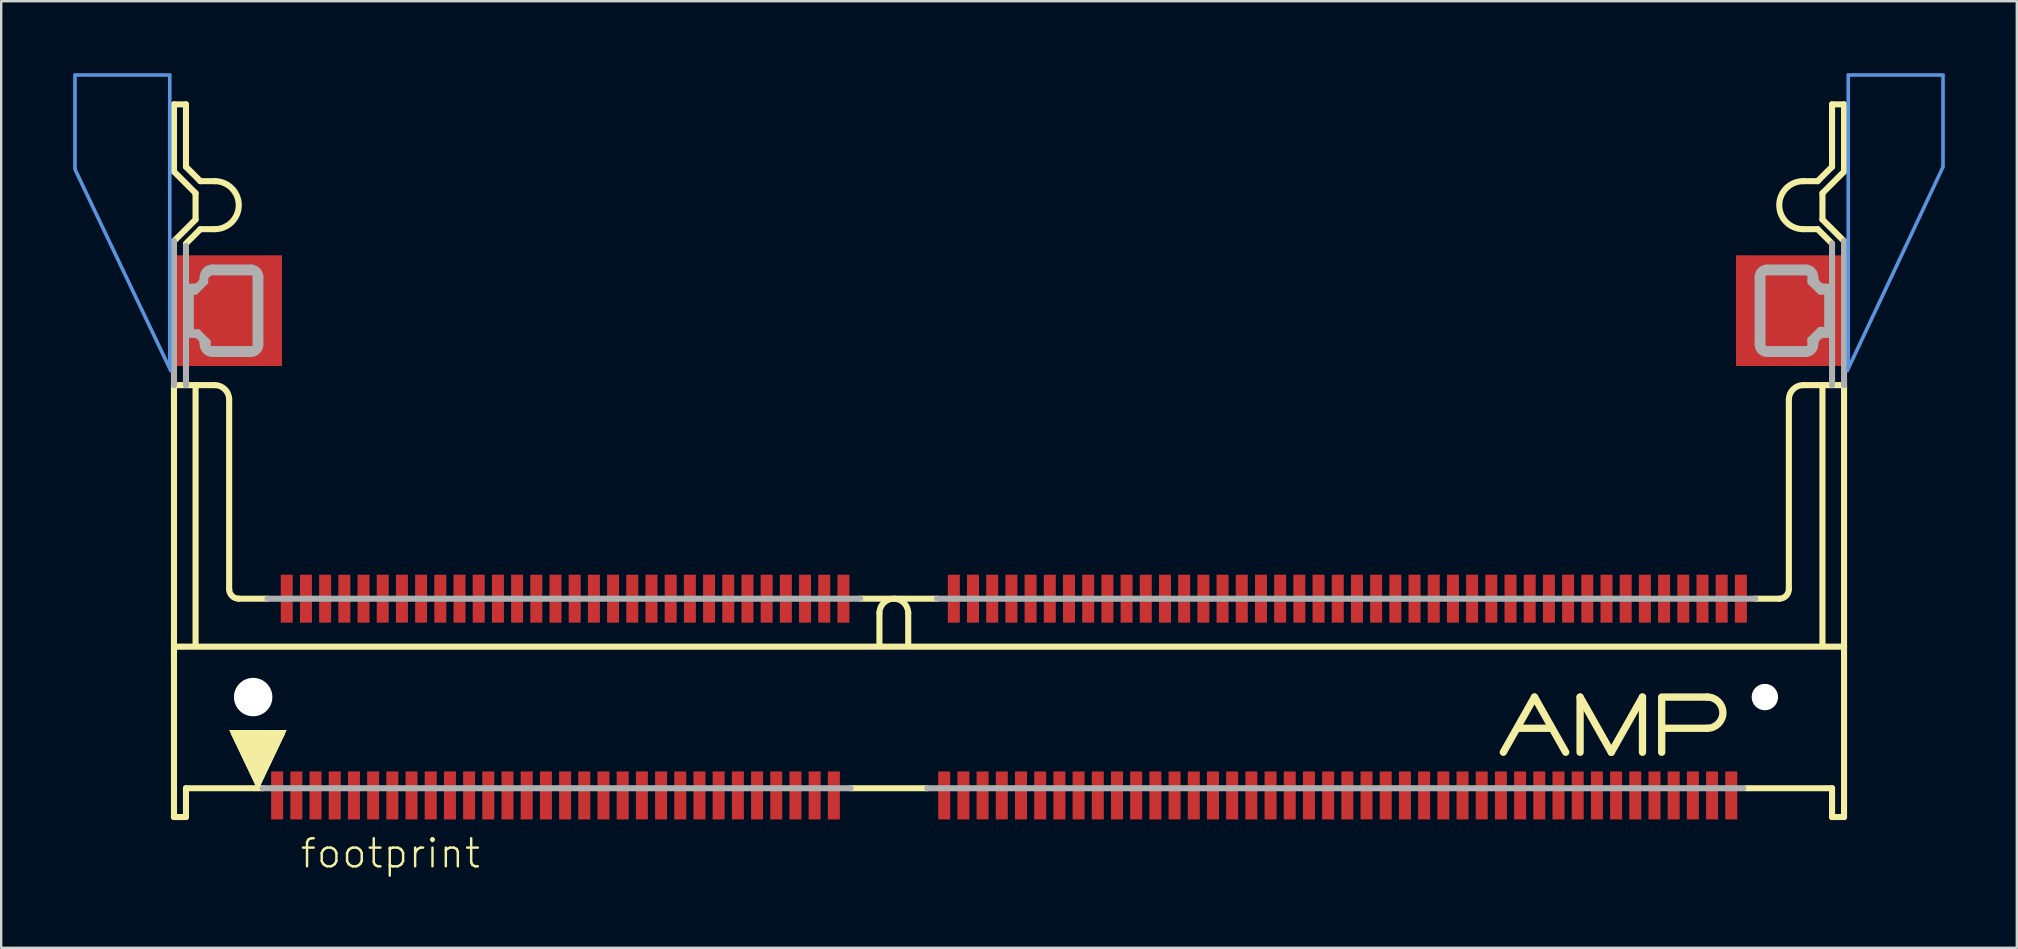
<source format=kicad_pcb>
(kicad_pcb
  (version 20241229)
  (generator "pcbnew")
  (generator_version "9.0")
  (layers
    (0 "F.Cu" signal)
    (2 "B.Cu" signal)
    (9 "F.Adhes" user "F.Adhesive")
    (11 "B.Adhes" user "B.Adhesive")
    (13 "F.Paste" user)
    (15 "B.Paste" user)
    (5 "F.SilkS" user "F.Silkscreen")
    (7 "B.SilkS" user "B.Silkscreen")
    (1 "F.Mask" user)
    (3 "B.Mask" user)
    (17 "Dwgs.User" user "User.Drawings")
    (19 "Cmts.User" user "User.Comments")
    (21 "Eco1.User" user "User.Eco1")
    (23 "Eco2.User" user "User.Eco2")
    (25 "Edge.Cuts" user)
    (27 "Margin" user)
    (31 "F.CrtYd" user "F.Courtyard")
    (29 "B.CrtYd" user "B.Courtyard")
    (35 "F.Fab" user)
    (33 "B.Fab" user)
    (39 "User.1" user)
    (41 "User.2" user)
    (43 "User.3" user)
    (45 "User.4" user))
  (footprint "footprint"
    (layer "F.Cu")
    (at 39 26)
    (property "Reference" "footprint" (at -29.6 7.2 0) (layer "F.SilkS") (effects (font (size 1.168 1.168) (thickness 0.102)) (justify left bottom)))
    (fp_poly (pts (xy -34.8 -13.8) (xy -30.3 -13.8) (xy -30.3 -18.4) (xy -34.8 -18.4)) (stroke (width 0) (type solid)) (fill yes) (layer "F.Cu"))
    (fp_poly (pts (xy -34.8 -13.8) (xy -30.3 -13.8) (xy -30.3 -18.4) (xy -34.8 -18.4)) (stroke (width 0) (type solid)) (fill yes) (layer "F.Cu"))
    (fp_poly (pts (xy 30.3 -13.8) (xy 34.8 -13.8) (xy 34.8 -18.4) (xy 30.3 -18.4)) (stroke (width 0) (type solid)) (fill yes) (layer "F.Cu"))
    (fp_poly (pts (xy 30.3 -13.8) (xy 34.8 -13.8) (xy 34.8 -18.4) (xy 30.3 -18.4)) (stroke (width 0) (type solid)) (fill yes) (layer "F.Cu"))
    (fp_poly (pts (xy -34.9 -13.725) (xy -30.2 -13.725) (xy -30.2 -18.475) (xy -34.9 -18.475)) (stroke (width 0) (type solid)) (fill yes) (layer "F.Mask"))
    (fp_poly (pts (xy 30.225 -13.725) (xy 34.925 -13.725) (xy 34.925 -18.475) (xy 30.225 -18.475)) (stroke (width 0) (type solid)) (fill yes) (layer "F.Mask"))
    (fp_line (start -34.8 -24.7) (end -34.8 -21.9) (stroke (width 0.254) (type solid)) (layer "F.SilkS"))
    (fp_line (start -34.8 -21.9) (end -33.9 -21) (stroke (width 0.254) (type solid)) (layer "F.SilkS"))
    (fp_line (start -34.8 -2.1) (end -34.8 -13) (stroke (width 0.254) (type solid)) (layer "F.SilkS"))
    (fp_line (start -34.8 -2.1) (end 34.8 -2.1) (stroke (width 0.254) (type solid)) (layer "F.SilkS"))
    (fp_line (start -34.8 5) (end -34.8 -2.1) (stroke (width 0.254) (type solid)) (layer "F.SilkS"))
    (fp_line (start -34.3 -24.7) (end -34.8 -24.7) (stroke (width 0.254) (type solid)) (layer "F.SilkS"))
    (fp_line (start -34.3 -22.1) (end -34.3 -24.7) (stroke (width 0.254) (type solid)) (layer "F.SilkS"))
    (fp_line (start -34.3 -22.1) (end -33.7 -21.5) (stroke (width 0.254) (type solid)) (layer "F.SilkS"))
    (fp_line (start -34.3 3.8) (end -34.3 5) (stroke (width 0.254) (type solid)) (layer "F.SilkS"))
    (fp_line (start -34.3 5) (end -34.8 5) (stroke (width 0.254) (type solid)) (layer "F.SilkS"))
    (fp_line (start -33.9 -21) (end -33.9 -19.9) (stroke (width 0.254) (type solid)) (layer "F.SilkS"))
    (fp_line (start -33.9 -19.9) (end -34.8 -19) (stroke (width 0.254) (type solid)) (layer "F.SilkS"))
    (fp_line (start -33.9 -13) (end -34.8 -13) (stroke (width 0.254) (type solid)) (layer "F.SilkS"))
    (fp_line (start -33.9 -13) (end -33.1 -13) (stroke (width 0.254) (type solid)) (layer "F.SilkS"))
    (fp_line (start -33.9 -2.2) (end -33.9 -13) (stroke (width 0.254) (type solid)) (layer "F.SilkS"))
    (fp_line (start -33.7 -19.5) (end -34.3 -18.9) (stroke (width 0.254) (type solid)) (layer "F.SilkS"))
    (fp_line (start -33.1 -21.5) (end -33.7 -21.5) (stroke (width 0.254) (type solid)) (layer "F.SilkS"))
    (fp_line (start -33.1 -19.5) (end -33.7 -19.5) (stroke (width 0.254) (type solid)) (layer "F.SilkS"))
    (fp_line (start -32.5 -12.4) (end -32.5 -4.5) (stroke (width 0.254) (type solid)) (layer "F.SilkS"))
    (fp_line (start -32.3 1.5) (end -30.3 1.5) (stroke (width 0.254) (type solid)) (layer "F.SilkS"))
    (fp_line (start -32.1 -4.1) (end -30.9 -4.1) (stroke (width 0.254) (type solid)) (layer "F.SilkS"))
    (fp_line (start -31.3 3.6) (end -32.3 1.5) (stroke (width 0.254) (type solid)) (layer "F.SilkS"))
    (fp_line (start -31.1 3.8) (end -34.3 3.8) (stroke (width 0.254) (type solid)) (layer "F.SilkS"))
    (fp_line (start -30.3 1.5) (end -31.3 3.6) (stroke (width 0.254) (type solid)) (layer "F.SilkS"))
    (fp_line (start -6.2 -4.1) (end -3 -4.1) (stroke (width 0.254) (type solid)) (layer "F.SilkS"))
    (fp_line (start -5.4 -3.5) (end -5.4 -2.2) (stroke (width 0.254) (type solid)) (layer "F.SilkS"))
    (fp_line (start -4.2 -3.5) (end -4.2 -2.2) (stroke (width 0.254) (type solid)) (layer "F.SilkS"))
    (fp_line (start -3.4 3.8) (end -6.6 3.8) (stroke (width 0.254) (type solid)) (layer "F.SilkS"))
    (fp_line (start 21.3 1.3) (end 22.5 1.3) (stroke (width 0.305) (type solid)) (layer "F.SilkS"))
    (fp_line (start 21.9 0) (end 20.6 2.3) (stroke (width 0.305) (type solid)) (layer "F.SilkS"))
    (fp_line (start 21.9 0) (end 23.2 2.3) (stroke (width 0.305) (type solid)) (layer "F.SilkS"))
    (fp_line (start 23.8 0) (end 25.1 2.3) (stroke (width 0.305) (type solid)) (layer "F.SilkS"))
    (fp_line (start 23.8 2.3) (end 23.8 0) (stroke (width 0.305) (type solid)) (layer "F.SilkS"))
    (fp_line (start 25.1 2.3) (end 26.4 0) (stroke (width 0.305) (type solid)) (layer "F.SilkS"))
    (fp_line (start 26.4 0) (end 26.4 2.3) (stroke (width 0.305) (type solid)) (layer "F.SilkS"))
    (fp_line (start 27.2 2.3) (end 27.2 0) (stroke (width 0.305) (type solid)) (layer "F.SilkS"))
    (fp_line (start 27.3 0) (end 29.1 0) (stroke (width 0.305) (type solid)) (layer "F.SilkS"))
    (fp_line (start 27.3 1.3) (end 29.1 1.3) (stroke (width 0.305) (type solid)) (layer "F.SilkS"))
    (fp_line (start 32.1 -4.1) (end 31.1 -4.1) (stroke (width 0.254) (type solid)) (layer "F.SilkS"))
    (fp_line (start 32.5 -4.5) (end 32.5 -12.4) (stroke (width 0.254) (type solid)) (layer "F.SilkS"))
    (fp_line (start 33.1 -21.5) (end 33.7 -21.5) (stroke (width 0.254) (type solid)) (layer "F.SilkS"))
    (fp_line (start 33.1 -19.5) (end 33.7 -19.5) (stroke (width 0.254) (type solid)) (layer "F.SilkS"))
    (fp_line (start 33.1 -13) (end 33.9 -13) (stroke (width 0.254) (type solid)) (layer "F.SilkS"))
    (fp_line (start 33.7 -19.5) (end 34.3 -18.9) (stroke (width 0.254) (type solid)) (layer "F.SilkS"))
    (fp_line (start 33.9 -21) (end 33.9 -19.9) (stroke (width 0.254) (type solid)) (layer "F.SilkS"))
    (fp_line (start 33.9 -19.9) (end 34.8 -19) (stroke (width 0.254) (type solid)) (layer "F.SilkS"))
    (fp_line (start 33.9 -13) (end 34.8 -13) (stroke (width 0.254) (type solid)) (layer "F.SilkS"))
    (fp_line (start 33.9 -2.2) (end 33.9 -13) (stroke (width 0.254) (type solid)) (layer "F.SilkS"))
    (fp_line (start 34.3 -24.7) (end 34.8 -24.7) (stroke (width 0.254) (type solid)) (layer "F.SilkS"))
    (fp_line (start 34.3 -22.1) (end 33.7 -21.5) (stroke (width 0.254) (type solid)) (layer "F.SilkS"))
    (fp_line (start 34.3 -22.1) (end 34.3 -24.7) (stroke (width 0.254) (type solid)) (layer "F.SilkS"))
    (fp_line (start 34.3 3.8) (end 30.7 3.8) (stroke (width 0.254) (type solid)) (layer "F.SilkS"))
    (fp_line (start 34.3 5) (end 34.3 3.8) (stroke (width 0.254) (type solid)) (layer "F.SilkS"))
    (fp_line (start 34.8 -24.7) (end 34.8 -21.9) (stroke (width 0.254) (type solid)) (layer "F.SilkS"))
    (fp_line (start 34.8 -21.9) (end 33.9 -21) (stroke (width 0.254) (type solid)) (layer "F.SilkS"))
    (fp_line (start 34.8 -13) (end 34.8 -2.1) (stroke (width 0.254) (type solid)) (layer "F.SilkS"))
    (fp_line (start 34.8 -2.1) (end 34.8 5) (stroke (width 0.254) (type solid)) (layer "F.SilkS"))
    (fp_line (start 34.8 5) (end 34.3 5) (stroke (width 0.254) (type solid)) (layer "F.SilkS"))
    (fp_arc (start -33.1 -21.5) (mid -32.1 -20.5) (end -33.1 -19.5) (stroke (width 0.254) (type solid)) (layer "F.SilkS"))
    (fp_arc (start -33.1 -13) (mid -32.675736 -12.824264) (end -32.5 -12.4) (stroke (width 0.254) (type solid)) (layer "F.SilkS"))
    (fp_arc (start -32.1 -4.1) (mid -32.382843 -4.217157) (end -32.5 -4.5) (stroke (width 0.254) (type solid)) (layer "F.SilkS"))
    (fp_arc (start -5.4 -3.5) (mid -4.8 -4.1) (end -4.2 -3.5) (stroke (width 0.254) (type solid)) (layer "F.SilkS"))
    (fp_arc (start 29.1 0) (mid 29.75 0.65) (end 29.1 1.3) (stroke (width 0.3048) (type solid)) (layer "F.SilkS"))
    (fp_arc (start 32.5 -12.4) (mid 32.675736 -12.824264) (end 33.1 -13) (stroke (width 0.254) (type solid)) (layer "F.SilkS"))
    (fp_arc (start 32.5 -4.5) (mid 32.382843 -4.217157) (end 32.1 -4.1) (stroke (width 0.254) (type solid)) (layer "F.SilkS"))
    (fp_arc (start 33.1 -19.5) (mid 32.1 -20.5) (end 33.1 -21.5) (stroke (width 0.254) (type solid)) (layer "F.SilkS"))
    (fp_poly (pts (xy -31.3 3.895) (xy -32.501 1.373) (xy -30.099 1.373)) (stroke (width 0) (type solid)) (fill yes) (layer "F.SilkS"))
    (fp_poly (pts (xy -34.55 -14.025) (xy -30.775 -14.025) (xy -30.775 -18.2) (xy -34.55 -18.2)) (stroke (width 0) (type solid)) (fill yes) (layer "F.Paste"))
    (fp_poly (pts (xy 30.775 -14.025) (xy 34.55 -14.025) (xy 34.55 -18.2) (xy 30.775 -18.2)) (stroke (width 0) (type solid)) (fill yes) (layer "F.Paste"))
    (fp_line (start -38.9 -25.9) (end -35 -25.9) (stroke (width 0.1) (type solid)) (layer "Cmts.User"))
    (fp_line (start -38.9 -22) (end -38.9 -25.9) (stroke (width 0.1) (type solid)) (layer "Cmts.User"))
    (fp_line (start -35 -25.9) (end -35 -13.8) (stroke (width 0.1) (type solid)) (layer "Cmts.User"))
    (fp_line (start -35 -13.8) (end -38.9 -22) (stroke (width 0.1) (type solid)) (layer "Cmts.User"))
    (fp_line (start 35 -25.9) (end 38.9 -25.9) (stroke (width 0.1) (type solid)) (layer "Cmts.User"))
    (fp_line (start 35 -13.8) (end 35 -25.9) (stroke (width 0.1) (type solid)) (layer "Cmts.User"))
    (fp_line (start 38.9 -25.9) (end 38.9 -22.1) (stroke (width 0.1) (type solid)) (layer "Cmts.User"))
    (fp_line (start 38.9 -22.1) (end 35 -13.8) (stroke (width 0.1) (type solid)) (layer "Cmts.User"))
    (fp_poly (pts (xy -34.95 -13.578) (xy -38.95 -21.989) (xy -38.95 -25.95) (xy -34.95 -25.95)) (stroke (width 0.1) (type solid)) (fill no) (layer "Cmts.User"))
    (fp_poly (pts (xy 38.95 -22.089) (xy 34.95 -13.576) (xy 34.95 -25.95) (xy 38.95 -25.95)) (stroke (width 0.1) (type solid)) (fill no) (layer "Cmts.User"))
    (fp_line (start -34.8 -13) (end -34.8 -19) (stroke (width 0.254) (type solid)) (layer "F.Fab"))
    (fp_line (start -34.3 -13) (end -34.3 -18.8) (stroke (width 0.254) (type solid)) (layer "F.Fab"))
    (fp_line (start -34.1 -16.9) (end -33.9 -16.9) (stroke (width 0.254) (type solid)) (layer "F.Fab"))
    (fp_line (start -34.1 -15.2) (end -34.1 -16.9) (stroke (width 0.254) (type solid)) (layer "F.Fab"))
    (fp_line (start -34 -17.1) (end -34.2 -17.1) (stroke (width 0.254) (type solid)) (layer "F.Fab"))
    (fp_line (start -34 -15.1) (end -34.2 -15.1) (stroke (width 0.254) (type solid)) (layer "F.Fab"))
    (fp_line (start -33.9 -16.9) (end -33.5 -17.3) (stroke (width 0.254) (type solid)) (layer "F.Fab"))
    (fp_line (start -33.8 -15.2) (end -34.1 -15.2) (stroke (width 0.254) (type solid)) (layer "F.Fab"))
    (fp_line (start -33.5 -17.5) (end -33.3 -17.7) (stroke (width 0.254) (type solid)) (layer "F.Fab"))
    (fp_line (start -33.5 -17.3) (end -33.5 -17.5) (stroke (width 0.254) (type solid)) (layer "F.Fab"))
    (fp_line (start -33.4 -14.8) (end -33.8 -15.2) (stroke (width 0.254) (type solid)) (layer "F.Fab"))
    (fp_line (start -33.4 -14.6) (end -33.4 -14.8) (stroke (width 0.254) (type solid)) (layer "F.Fab"))
    (fp_line (start -33.3 -17.7) (end -31.4 -17.7) (stroke (width 0.254) (type solid)) (layer "F.Fab"))
    (fp_line (start -33.3 -14.5) (end -33.4 -14.6) (stroke (width 0.254) (type solid)) (layer "F.Fab"))
    (fp_line (start -33.2 -17.9) (end -31.6 -17.9) (stroke (width 0.254) (type solid)) (layer "F.Fab"))
    (fp_line (start -31.6 -14.3) (end -33.2 -14.3) (stroke (width 0.254) (type solid)) (layer "F.Fab"))
    (fp_line (start -31.4 -17.7) (end -31.4 -14.5) (stroke (width 0.254) (type solid)) (layer "F.Fab"))
    (fp_line (start -31.4 -14.5) (end -33.3 -14.5) (stroke (width 0.254) (type solid)) (layer "F.Fab"))
    (fp_line (start -31.2 -17.5) (end -31.2 -14.7) (stroke (width 0.254) (type solid)) (layer "F.Fab"))
    (fp_line (start -31.1 3.8) (end -6.6 3.8) (stroke (width 0.254) (type solid)) (layer "F.Fab"))
    (fp_line (start -30.9 -4.1) (end -6.2 -4.1) (stroke (width 0.254) (type solid)) (layer "F.Fab"))
    (fp_line (start -3.4 3.8) (end 30.6 3.8) (stroke (width 0.254) (type solid)) (layer "F.Fab"))
    (fp_line (start -3 -4.1) (end 31.1 -4.1) (stroke (width 0.254) (type solid)) (layer "F.Fab"))
    (fp_line (start 31.2 -17.5) (end 31.2 -14.7) (stroke (width 0.254) (type solid)) (layer "F.Fab"))
    (fp_line (start 31.4 -17.6) (end 31.5 -17.7) (stroke (width 0.254) (type solid)) (layer "F.Fab"))
    (fp_line (start 31.4 -14.6) (end 31.4 -17.6) (stroke (width 0.254) (type solid)) (layer "F.Fab"))
    (fp_line (start 31.5 -17.7) (end 33.3 -17.7) (stroke (width 0.254) (type solid)) (layer "F.Fab"))
    (fp_line (start 31.5 -14.5) (end 31.4 -14.6) (stroke (width 0.254) (type solid)) (layer "F.Fab"))
    (fp_line (start 31.6 -14.3) (end 33.2 -14.3) (stroke (width 0.254) (type solid)) (layer "F.Fab"))
    (fp_line (start 33.2 -17.9) (end 31.6 -17.9) (stroke (width 0.254) (type solid)) (layer "F.Fab"))
    (fp_line (start 33.3 -17.7) (end 33.4 -17.6) (stroke (width 0.254) (type solid)) (layer "F.Fab"))
    (fp_line (start 33.3 -14.5) (end 31.5 -14.5) (stroke (width 0.254) (type solid)) (layer "F.Fab"))
    (fp_line (start 33.4 -17.6) (end 33.4 -17.3) (stroke (width 0.254) (type solid)) (layer "F.Fab"))
    (fp_line (start 33.4 -17.3) (end 33.8 -16.9) (stroke (width 0.254) (type solid)) (layer "F.Fab"))
    (fp_line (start 33.4 -14.9) (end 33.4 -14.6) (stroke (width 0.254) (type solid)) (layer "F.Fab"))
    (fp_line (start 33.4 -14.6) (end 33.3 -14.5) (stroke (width 0.254) (type solid)) (layer "F.Fab"))
    (fp_line (start 33.8 -16.9) (end 34.1 -16.9) (stroke (width 0.254) (type solid)) (layer "F.Fab"))
    (fp_line (start 33.8 -15.3) (end 33.4 -14.9) (stroke (width 0.254) (type solid)) (layer "F.Fab"))
    (fp_line (start 34 -17.1) (end 34.2 -17.1) (stroke (width 0.254) (type solid)) (layer "F.Fab"))
    (fp_line (start 34 -15.1) (end 34.2 -15.1) (stroke (width 0.254) (type solid)) (layer "F.Fab"))
    (fp_line (start 34.1 -16.9) (end 34.1 -15.3) (stroke (width 0.254) (type solid)) (layer "F.Fab"))
    (fp_line (start 34.1 -15.3) (end 33.8 -15.3) (stroke (width 0.254) (type solid)) (layer "F.Fab"))
    (fp_line (start 34.3 -18.9) (end 34.3 -13) (stroke (width 0.254) (type solid)) (layer "F.Fab"))
    (fp_line (start 34.8 -19) (end 34.8 -13) (stroke (width 0.254) (type solid)) (layer "F.Fab"))
    (fp_arc (start -34 -15.1) (mid -33.717157 -14.982843) (end -33.6 -14.7) (stroke (width 0.254) (type solid)) (layer "F.Fab"))
    (fp_arc (start -33.6 -17.5) (mid -33.717157 -17.217157) (end -34 -17.1) (stroke (width 0.254) (type solid)) (layer "F.Fab"))
    (fp_arc (start -33.6 -17.5) (mid -33.482843 -17.782843) (end -33.2 -17.9) (stroke (width 0.254) (type solid)) (layer "F.Fab"))
    (fp_arc (start -33.2 -14.3) (mid -33.482843 -14.417157) (end -33.6 -14.7) (stroke (width 0.254) (type solid)) (layer "F.Fab"))
    (fp_arc (start -31.6 -17.9) (mid -31.317157 -17.782843) (end -31.2 -17.5) (stroke (width 0.254) (type solid)) (layer "F.Fab"))
    (fp_arc (start -31.2 -14.7) (mid -31.317157 -14.417157) (end -31.6 -14.3) (stroke (width 0.254) (type solid)) (layer "F.Fab"))
    (fp_arc (start 31.2 -17.5) (mid 31.317157 -17.782843) (end 31.6 -17.9) (stroke (width 0.254) (type solid)) (layer "F.Fab"))
    (fp_arc (start 31.6 -14.3) (mid 31.317157 -14.417157) (end 31.2 -14.7) (stroke (width 0.254) (type solid)) (layer "F.Fab"))
    (fp_arc (start 33.2 -17.9) (mid 33.482843 -17.782843) (end 33.6 -17.5) (stroke (width 0.254) (type solid)) (layer "F.Fab"))
    (fp_arc (start 33.6 -14.7) (mid 33.482843 -14.417157) (end 33.2 -14.3) (stroke (width 0.254) (type solid)) (layer "F.Fab"))
    (fp_arc (start 33.6 -14.7) (mid 33.717157 -14.982843) (end 34 -15.1) (stroke (width 0.254) (type solid)) (layer "F.Fab"))
    (fp_arc (start 34 -17.1) (mid 33.717157 -17.217157) (end 33.6 -17.5) (stroke (width 0.254) (type solid)) (layer "F.Fab"))
    (fp_poly (pts (xy -31.273 -14.373) (xy -33.353 -14.373) (xy -33.527 -14.547) (xy -33.527 -14.747) (xy -33.853 -15.073) (xy -34.227 -15.073) (xy -34.227 -17.027) (xy -33.953 -17.027) (xy -33.627 -17.353) (xy -33.627 -17.553) (xy -33.353 -17.827) (xy -31.273 -17.827)) (stroke (width 0.1) (type solid)) (fill no) (layer "F.Fab"))
    (fp_poly (pts (xy 33.527 -17.653) (xy 33.527 -17.353) (xy 33.853 -17.027) (xy 34.227 -17.027) (xy 34.227 -15.173) (xy 33.853 -15.173) (xy 33.527 -14.847) (xy 33.527 -14.547) (xy 33.353 -14.373) (xy 31.447 -14.373) (xy 31.273 -14.547) (xy 31.273 -17.653) (xy 31.447 -17.827) (xy 33.353 -17.827)) (stroke (width 0.1) (type solid)) (fill no) (layer "F.Fab"))
    (pad "" np_thru_hole circle (at -31.5 0) (size 1.6 1.6) (drill 1.6) (layers "*.Cu" "*.Mask"))
    (pad "" np_thru_hole circle (at 31.5 0) (size 1.1 1.1) (drill 1.1) (layers "*.Cu" "*.Mask"))
    (pad "1" smd rect (at -30.5 4.1) (size 0.5 2) (layers "F.Cu" "F.Mask" "F.Paste"))
    (pad "2" smd rect (at -29.7 4.1) (size 0.5 2) (layers "F.Cu" "F.Mask" "F.Paste"))
    (pad "3" smd rect (at -28.9 4.1) (size 0.5 2) (layers "F.Cu" "F.Mask" "F.Paste"))
    (pad "4" smd rect (at -28.1 4.1) (size 0.5 2) (layers "F.Cu" "F.Mask" "F.Paste"))
    (pad "5" smd rect (at -27.3 4.1) (size 0.5 2) (layers "F.Cu" "F.Mask" "F.Paste"))
    (pad "6" smd rect (at -26.5 4.1) (size 0.5 2) (layers "F.Cu" "F.Mask" "F.Paste"))
    (pad "7" smd rect (at -25.7 4.1) (size 0.5 2) (layers "F.Cu" "F.Mask" "F.Paste"))
    (pad "8" smd rect (at -24.9 4.1) (size 0.5 2) (layers "F.Cu" "F.Mask" "F.Paste"))
    (pad "9" smd rect (at -24.1 4.1) (size 0.5 2) (layers "F.Cu" "F.Mask" "F.Paste"))
    (pad "10" smd rect (at -23.3 4.1) (size 0.5 2) (layers "F.Cu" "F.Mask" "F.Paste"))
    (pad "11" smd rect (at -22.5 4.1) (size 0.5 2) (layers "F.Cu" "F.Mask" "F.Paste"))
    (pad "12" smd rect (at -21.7 4.1) (size 0.5 2) (layers "F.Cu" "F.Mask" "F.Paste"))
    (pad "13" smd rect (at -20.9 4.1) (size 0.5 2) (layers "F.Cu" "F.Mask" "F.Paste"))
    (pad "14" smd rect (at -20.1 4.1) (size 0.5 2) (layers "F.Cu" "F.Mask" "F.Paste"))
    (pad "15" smd rect (at -19.3 4.1) (size 0.5 2) (layers "F.Cu" "F.Mask" "F.Paste"))
    (pad "16" smd rect (at -18.5 4.1) (size 0.5 2) (layers "F.Cu" "F.Mask" "F.Paste"))
    (pad "17" smd rect (at -17.7 4.1) (size 0.5 2) (layers "F.Cu" "F.Mask" "F.Paste"))
    (pad "18" smd rect (at -16.9 4.1) (size 0.5 2) (layers "F.Cu" "F.Mask" "F.Paste"))
    (pad "19" smd rect (at -16.1 4.1) (size 0.5 2) (layers "F.Cu" "F.Mask" "F.Paste"))
    (pad "20" smd rect (at -15.3 4.1) (size 0.5 2) (layers "F.Cu" "F.Mask" "F.Paste"))
    (pad "21" smd rect (at -14.5 4.1) (size 0.5 2) (layers "F.Cu" "F.Mask" "F.Paste"))
    (pad "22" smd rect (at -13.7 4.1) (size 0.5 2) (layers "F.Cu" "F.Mask" "F.Paste"))
    (pad "23" smd rect (at -12.9 4.1) (size 0.5 2) (layers "F.Cu" "F.Mask" "F.Paste"))
    (pad "24" smd rect (at -12.1 4.1) (size 0.5 2) (layers "F.Cu" "F.Mask" "F.Paste"))
    (pad "25" smd rect (at -11.3 4.1) (size 0.5 2) (layers "F.Cu" "F.Mask" "F.Paste"))
    (pad "26" smd rect (at -10.5 4.1) (size 0.5 2) (layers "F.Cu" "F.Mask" "F.Paste"))
    (pad "27" smd rect (at -9.7 4.1) (size 0.5 2) (layers "F.Cu" "F.Mask" "F.Paste"))
    (pad "28" smd rect (at -8.9 4.1) (size 0.5 2) (layers "F.Cu" "F.Mask" "F.Paste"))
    (pad "29" smd rect (at -8.1 4.1) (size 0.5 2) (layers "F.Cu" "F.Mask" "F.Paste"))
    (pad "30" smd rect (at -7.3 4.1) (size 0.5 2) (layers "F.Cu" "F.Mask" "F.Paste"))
    (pad "31" smd rect (at -2.7 4.1) (size 0.5 2) (layers "F.Cu" "F.Mask" "F.Paste"))
    (pad "32" smd rect (at -1.9 4.1) (size 0.5 2) (layers "F.Cu" "F.Mask" "F.Paste"))
    (pad "33" smd rect (at -1.1 4.1) (size 0.5 2) (layers "F.Cu" "F.Mask" "F.Paste"))
    (pad "34" smd rect (at -0.3 4.1) (size 0.5 2) (layers "F.Cu" "F.Mask" "F.Paste"))
    (pad "35" smd rect (at 0.5 4.1) (size 0.5 2) (layers "F.Cu" "F.Mask" "F.Paste"))
    (pad "36" smd rect (at 1.3 4.1) (size 0.5 2) (layers "F.Cu" "F.Mask" "F.Paste"))
    (pad "37" smd rect (at 2.1 4.1) (size 0.5 2) (layers "F.Cu" "F.Mask" "F.Paste"))
    (pad "38" smd rect (at 2.9 4.1) (size 0.5 2) (layers "F.Cu" "F.Mask" "F.Paste"))
    (pad "39" smd rect (at 3.7 4.1) (size 0.5 2) (layers "F.Cu" "F.Mask" "F.Paste"))
    (pad "40" smd rect (at 4.5 4.1) (size 0.5 2) (layers "F.Cu" "F.Mask" "F.Paste"))
    (pad "41" smd rect (at 5.3 4.1) (size 0.5 2) (layers "F.Cu" "F.Mask" "F.Paste"))
    (pad "42" smd rect (at 6.1 4.1) (size 0.5 2) (layers "F.Cu" "F.Mask" "F.Paste"))
    (pad "43" smd rect (at 6.9 4.1) (size 0.5 2) (layers "F.Cu" "F.Mask" "F.Paste"))
    (pad "44" smd rect (at 7.7 4.1) (size 0.5 2) (layers "F.Cu" "F.Mask" "F.Paste"))
    (pad "45" smd rect (at 8.5 4.1) (size 0.5 2) (layers "F.Cu" "F.Mask" "F.Paste"))
    (pad "46" smd rect (at 9.3 4.1) (size 0.5 2) (layers "F.Cu" "F.Mask" "F.Paste"))
    (pad "47" smd rect (at 10.1 4.1) (size 0.5 2) (layers "F.Cu" "F.Mask" "F.Paste"))
    (pad "48" smd rect (at 10.9 4.1) (size 0.5 2) (layers "F.Cu" "F.Mask" "F.Paste"))
    (pad "49" smd rect (at 11.7 4.1) (size 0.5 2) (layers "F.Cu" "F.Mask" "F.Paste"))
    (pad "50" smd rect (at 12.5 4.1) (size 0.5 2) (layers "F.Cu" "F.Mask" "F.Paste"))
    (pad "51" smd rect (at 13.3 4.1) (size 0.5 2) (layers "F.Cu" "F.Mask" "F.Paste"))
    (pad "52" smd rect (at 14.1 4.1) (size 0.5 2) (layers "F.Cu" "F.Mask" "F.Paste"))
    (pad "53" smd rect (at 14.9 4.1) (size 0.5 2) (layers "F.Cu" "F.Mask" "F.Paste"))
    (pad "54" smd rect (at 15.7 4.1) (size 0.5 2) (layers "F.Cu" "F.Mask" "F.Paste"))
    (pad "55" smd rect (at 16.5 4.1) (size 0.5 2) (layers "F.Cu" "F.Mask" "F.Paste"))
    (pad "56" smd rect (at 17.3 4.1) (size 0.5 2) (layers "F.Cu" "F.Mask" "F.Paste"))
    (pad "57" smd rect (at 18.1 4.1) (size 0.5 2) (layers "F.Cu" "F.Mask" "F.Paste"))
    (pad "58" smd rect (at 18.9 4.1) (size 0.5 2) (layers "F.Cu" "F.Mask" "F.Paste"))
    (pad "59" smd rect (at 19.7 4.1) (size 0.5 2) (layers "F.Cu" "F.Mask" "F.Paste"))
    (pad "60" smd rect (at 20.5 4.1) (size 0.5 2) (layers "F.Cu" "F.Mask" "F.Paste"))
    (pad "61" smd rect (at 21.3 4.1) (size 0.5 2) (layers "F.Cu" "F.Mask" "F.Paste"))
    (pad "62" smd rect (at 22.1 4.1) (size 0.5 2) (layers "F.Cu" "F.Mask" "F.Paste"))
    (pad "63" smd rect (at 22.9 4.1) (size 0.5 2) (layers "F.Cu" "F.Mask" "F.Paste"))
    (pad "64" smd rect (at 23.7 4.1) (size 0.5 2) (layers "F.Cu" "F.Mask" "F.Paste"))
    (pad "65" smd rect (at 24.5 4.1) (size 0.5 2) (layers "F.Cu" "F.Mask" "F.Paste"))
    (pad "66" smd rect (at 25.3 4.1) (size 0.5 2) (layers "F.Cu" "F.Mask" "F.Paste"))
    (pad "67" smd rect (at 26.1 4.1) (size 0.5 2) (layers "F.Cu" "F.Mask" "F.Paste"))
    (pad "68" smd rect (at 26.9 4.1) (size 0.5 2) (layers "F.Cu" "F.Mask" "F.Paste"))
    (pad "69" smd rect (at 27.7 4.1) (size 0.5 2) (layers "F.Cu" "F.Mask" "F.Paste"))
    (pad "70" smd rect (at 28.5 4.1) (size 0.5 2) (layers "F.Cu" "F.Mask" "F.Paste"))
    (pad "71" smd rect (at 29.3 4.1) (size 0.5 2) (layers "F.Cu" "F.Mask" "F.Paste"))
    (pad "72" smd rect (at 30.1 4.1) (size 0.5 2) (layers "F.Cu" "F.Mask" "F.Paste"))
    (pad "73" smd rect (at -30.1 -4.1) (size 0.5 2) (layers "F.Cu" "F.Mask" "F.Paste"))
    (pad "74" smd rect (at -29.3 -4.1) (size 0.5 2) (layers "F.Cu" "F.Mask" "F.Paste"))
    (pad "75" smd rect (at -28.5 -4.1) (size 0.5 2) (layers "F.Cu" "F.Mask" "F.Paste"))
    (pad "76" smd rect (at -27.7 -4.1) (size 0.5 2) (layers "F.Cu" "F.Mask" "F.Paste"))
    (pad "77" smd rect (at -26.9 -4.1) (size 0.5 2) (layers "F.Cu" "F.Mask" "F.Paste"))
    (pad "78" smd rect (at -26.1 -4.1) (size 0.5 2) (layers "F.Cu" "F.Mask" "F.Paste"))
    (pad "79" smd rect (at -25.3 -4.1) (size 0.5 2) (layers "F.Cu" "F.Mask" "F.Paste"))
    (pad "80" smd rect (at -24.5 -4.1) (size 0.5 2) (layers "F.Cu" "F.Mask" "F.Paste"))
    (pad "81" smd rect (at -23.7 -4.1) (size 0.5 2) (layers "F.Cu" "F.Mask" "F.Paste"))
    (pad "82" smd rect (at -22.9 -4.1) (size 0.5 2) (layers "F.Cu" "F.Mask" "F.Paste"))
    (pad "83" smd rect (at -22.1 -4.1) (size 0.5 2) (layers "F.Cu" "F.Mask" "F.Paste"))
    (pad "84" smd rect (at -21.3 -4.1) (size 0.5 2) (layers "F.Cu" "F.Mask" "F.Paste"))
    (pad "85" smd rect (at -20.5 -4.1) (size 0.5 2) (layers "F.Cu" "F.Mask" "F.Paste"))
    (pad "86" smd rect (at -19.7 -4.1) (size 0.5 2) (layers "F.Cu" "F.Mask" "F.Paste"))
    (pad "87" smd rect (at -18.9 -4.1) (size 0.5 2) (layers "F.Cu" "F.Mask" "F.Paste"))
    (pad "88" smd rect (at -18.1 -4.1) (size 0.5 2) (layers "F.Cu" "F.Mask" "F.Paste"))
    (pad "89" smd rect (at -17.3 -4.1) (size 0.5 2) (layers "F.Cu" "F.Mask" "F.Paste"))
    (pad "90" smd rect (at -16.5 -4.1) (size 0.5 2) (layers "F.Cu" "F.Mask" "F.Paste"))
    (pad "91" smd rect (at -15.7 -4.1) (size 0.5 2) (layers "F.Cu" "F.Mask" "F.Paste"))
    (pad "92" smd rect (at -14.9 -4.1) (size 0.5 2) (layers "F.Cu" "F.Mask" "F.Paste"))
    (pad "93" smd rect (at -14.1 -4.1) (size 0.5 2) (layers "F.Cu" "F.Mask" "F.Paste"))
    (pad "94" smd rect (at -13.3 -4.1) (size 0.5 2) (layers "F.Cu" "F.Mask" "F.Paste"))
    (pad "95" smd rect (at -12.5 -4.1) (size 0.5 2) (layers "F.Cu" "F.Mask" "F.Paste"))
    (pad "96" smd rect (at -11.7 -4.1) (size 0.5 2) (layers "F.Cu" "F.Mask" "F.Paste"))
    (pad "97" smd rect (at -10.9 -4.1) (size 0.5 2) (layers "F.Cu" "F.Mask" "F.Paste"))
    (pad "98" smd rect (at -10.1 -4.1) (size 0.5 2) (layers "F.Cu" "F.Mask" "F.Paste"))
    (pad "99" smd rect (at -9.3 -4.1) (size 0.5 2) (layers "F.Cu" "F.Mask" "F.Paste"))
    (pad "100" smd rect (at -8.5 -4.1) (size 0.5 2) (layers "F.Cu" "F.Mask" "F.Paste"))
    (pad "101" smd rect (at -7.7 -4.1) (size 0.5 2) (layers "F.Cu" "F.Mask" "F.Paste"))
    (pad "102" smd rect (at -6.9 -4.1) (size 0.5 2) (layers "F.Cu" "F.Mask" "F.Paste"))
    (pad "103" smd rect (at -2.3 -4.1) (size 0.5 2) (layers "F.Cu" "F.Mask" "F.Paste"))
    (pad "104" smd rect (at -1.5 -4.1) (size 0.5 2) (layers "F.Cu" "F.Mask" "F.Paste"))
    (pad "105" smd rect (at -0.7 -4.1) (size 0.5 2) (layers "F.Cu" "F.Mask" "F.Paste"))
    (pad "106" smd rect (at 0.1 -4.1) (size 0.5 2) (layers "F.Cu" "F.Mask" "F.Paste"))
    (pad "107" smd rect (at 0.9 -4.1) (size 0.5 2) (layers "F.Cu" "F.Mask" "F.Paste"))
    (pad "108" smd rect (at 1.7 -4.1) (size 0.5 2) (layers "F.Cu" "F.Mask" "F.Paste"))
    (pad "109" smd rect (at 2.5 -4.1) (size 0.5 2) (layers "F.Cu" "F.Mask" "F.Paste"))
    (pad "110" smd rect (at 3.3 -4.1) (size 0.5 2) (layers "F.Cu" "F.Mask" "F.Paste"))
    (pad "111" smd rect (at 4.1 -4.1) (size 0.5 2) (layers "F.Cu" "F.Mask" "F.Paste"))
    (pad "112" smd rect (at 4.9 -4.1) (size 0.5 2) (layers "F.Cu" "F.Mask" "F.Paste"))
    (pad "113" smd rect (at 5.7 -4.1) (size 0.5 2) (layers "F.Cu" "F.Mask" "F.Paste"))
    (pad "114" smd rect (at 6.5 -4.1) (size 0.5 2) (layers "F.Cu" "F.Mask" "F.Paste"))
    (pad "115" smd rect (at 7.3 -4.1) (size 0.5 2) (layers "F.Cu" "F.Mask" "F.Paste"))
    (pad "116" smd rect (at 8.1 -4.1) (size 0.5 2) (layers "F.Cu" "F.Mask" "F.Paste"))
    (pad "117" smd rect (at 8.9 -4.1) (size 0.5 2) (layers "F.Cu" "F.Mask" "F.Paste"))
    (pad "118" smd rect (at 9.7 -4.1) (size 0.5 2) (layers "F.Cu" "F.Mask" "F.Paste"))
    (pad "119" smd rect (at 10.5 -4.1) (size 0.5 2) (layers "F.Cu" "F.Mask" "F.Paste"))
    (pad "120" smd rect (at 11.3 -4.1) (size 0.5 2) (layers "F.Cu" "F.Mask" "F.Paste"))
    (pad "121" smd rect (at 12.1 -4.1) (size 0.5 2) (layers "F.Cu" "F.Mask" "F.Paste"))
    (pad "122" smd rect (at 12.9 -4.1) (size 0.5 2) (layers "F.Cu" "F.Mask" "F.Paste"))
    (pad "123" smd rect (at 13.7 -4.1) (size 0.5 2) (layers "F.Cu" "F.Mask" "F.Paste"))
    (pad "124" smd rect (at 14.5 -4.1) (size 0.5 2) (layers "F.Cu" "F.Mask" "F.Paste"))
    (pad "125" smd rect (at 15.3 -4.1) (size 0.5 2) (layers "F.Cu" "F.Mask" "F.Paste"))
    (pad "126" smd rect (at 16.1 -4.1) (size 0.5 2) (layers "F.Cu" "F.Mask" "F.Paste"))
    (pad "127" smd rect (at 16.9 -4.1) (size 0.5 2) (layers "F.Cu" "F.Mask" "F.Paste"))
    (pad "128" smd rect (at 17.7 -4.1) (size 0.5 2) (layers "F.Cu" "F.Mask" "F.Paste"))
    (pad "129" smd rect (at 18.5 -4.1) (size 0.5 2) (layers "F.Cu" "F.Mask" "F.Paste"))
    (pad "130" smd rect (at 19.3 -4.1) (size 0.5 2) (layers "F.Cu" "F.Mask" "F.Paste"))
    (pad "131" smd rect (at 20.1 -4.1) (size 0.5 2) (layers "F.Cu" "F.Mask" "F.Paste"))
    (pad "132" smd rect (at 20.9 -4.1) (size 0.5 2) (layers "F.Cu" "F.Mask" "F.Paste"))
    (pad "133" smd rect (at 21.7 -4.1) (size 0.5 2) (layers "F.Cu" "F.Mask" "F.Paste"))
    (pad "134" smd rect (at 22.5 -4.1) (size 0.5 2) (layers "F.Cu" "F.Mask" "F.Paste"))
    (pad "135" smd rect (at 23.3 -4.1) (size 0.5 2) (layers "F.Cu" "F.Mask" "F.Paste"))
    (pad "136" smd rect (at 24.1 -4.1) (size 0.5 2) (layers "F.Cu" "F.Mask" "F.Paste"))
    (pad "137" smd rect (at 24.9 -4.1) (size 0.5 2) (layers "F.Cu" "F.Mask" "F.Paste"))
    (pad "138" smd rect (at 25.7 -4.1) (size 0.5 2) (layers "F.Cu" "F.Mask" "F.Paste"))
    (pad "139" smd rect (at 26.5 -4.1) (size 0.5 2) (layers "F.Cu" "F.Mask" "F.Paste"))
    (pad "140" smd rect (at 27.3 -4.1) (size 0.5 2) (layers "F.Cu" "F.Mask" "F.Paste"))
    (pad "141" smd rect (at 28.1 -4.1) (size 0.5 2) (layers "F.Cu" "F.Mask" "F.Paste"))
    (pad "142" smd rect (at 28.9 -4.1) (size 0.5 2) (layers "F.Cu" "F.Mask" "F.Paste"))
    (pad "143" smd rect (at 29.7 -4.1) (size 0.5 2) (layers "F.Cu" "F.Mask" "F.Paste"))
    (pad "144" smd rect (at 30.5 -4.1) (size 0.5 2) (layers "F.Cu" "F.Mask" "F.Paste")))
  (gr_rect
    (start -3 -3)
    (end 81 36.45)
    (stroke (width 0.1) (type default))
    (fill no)
    (layer "Edge.Cuts")))
</source>
